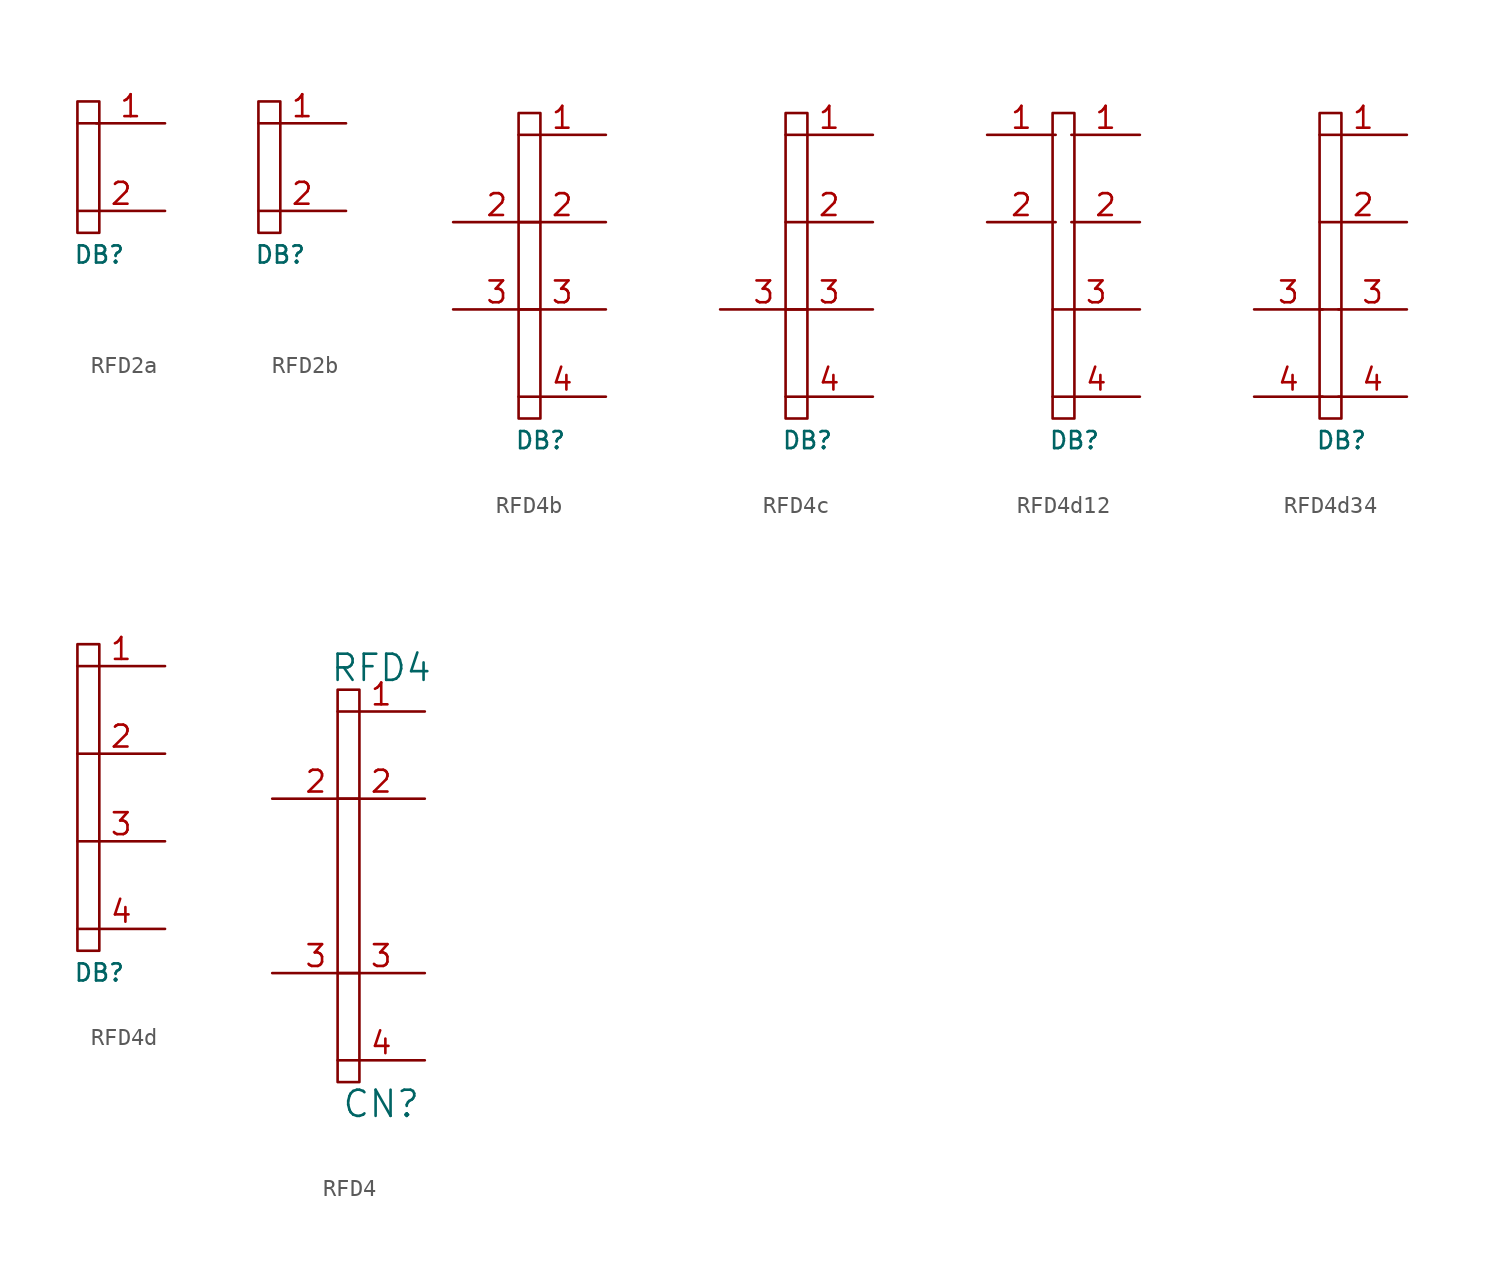
<source format=kicad_sym>
(kicad_symbol_lib
  (version 20210619)
  (generator kicad_symbol_editor)
  (symbol "hermeslite:RFD2a"
    (pin_names
      (offset 1.016))
    (property "Reference" "DB"
      (at -1.27 -5.08 0)
      (effects (font (size 0.991 0.991))))
    (property "Footprint" ""
      (at 0 -8.89 0)
      (effects (font (size 1.524 1.524))))
    (property "Datasheet" ""
      (at 0 -8.89 0)
      (effects (font (size 1.524 1.524))))
    (symbol "RFD2a_0_1"
      (rectangle (start -2.54 3.81) (end -1.27 -3.81) (stroke (width 0)) (fill (type none)))
      (polyline (pts (xy -2.54 2.54) (xy -1.27 2.54)) (stroke (width 0)) (fill (type none))))
    (symbol "RFD2a_1_1"
      (pin input line (at 2.54 2.54 180) (length 3.988) (name "~" (effects (font (size 1.27 1.27)))) (number "1" (effects (font (size 1.27 1.27)))))
      (pin input line (at 2.54 -2.54 180) (length 5.08) (name "~" (effects (font (size 1.27 1.27)))) (number "2" (effects (font (size 1.27 1.27)))))))
  (symbol "hermeslite:RFD2b"
    (pin_names
      (offset 1.016))
    (property "Reference" "DB"
      (at -1.27 -5.08 0)
      (effects (font (size 0.991 0.991))))
    (property "Footprint" ""
      (at 0 -8.89 0)
      (effects (font (size 1.524 1.524))))
    (property "Datasheet" ""
      (at 0 -8.89 0)
      (effects (font (size 1.524 1.524))))
    (symbol "RFD2b_0_1"
      (rectangle (start -2.54 3.81) (end -1.27 -3.81) (stroke (width 0)) (fill (type none))))
    (symbol "RFD2b_1_1"
      (pin input line (at 2.54 2.54 180) (length 5.08) (name "~" (effects (font (size 1.27 1.27)))) (number "1" (effects (font (size 1.27 1.27)))))
      (pin input line (at 2.54 -2.54 180) (length 5.08) (name "~" (effects (font (size 1.27 1.27)))) (number "2" (effects (font (size 1.27 1.27)))))))
  (symbol "hermeslite:RFD4b"
    (pin_names
      (offset 1.016))
    (property "Reference" "DB"
      (at -1.27 -10.16 0)
      (effects (font (size 0.991 0.991))))
    (property "Footprint" ""
      (at 0 -8.89 0)
      (effects (font (size 1.524 1.524))))
    (property "Datasheet" ""
      (at 0 -8.89 0)
      (effects (font (size 1.524 1.524))))
    (symbol "RFD4b_0_1"
      (rectangle (start -2.54 8.89) (end -1.27 -8.89) (stroke (width 0)) (fill (type none))))
    (symbol "RFD4b_1_1"
      (pin input line (at 2.54 7.62 180) (length 5.08) (name "~" (effects (font (size 1.27 1.27)))) (number "1" (effects (font (size 1.27 1.27)))))
      (pin input line (at -6.35 2.54 0) (length 5.08) (name "~" (effects (font (size 1.27 1.27)))) (number "2" (effects (font (size 1.27 1.27)))))
      (pin input line (at 2.54 2.54 180) (length 5.08) (name "~" (effects (font (size 1.27 1.27)))) (number "2" (effects (font (size 1.27 1.27)))))
      (pin input line (at -6.35 -2.54 0) (length 5.08) (name "~" (effects (font (size 1.27 1.27)))) (number "3" (effects (font (size 1.27 1.27)))))
      (pin input line (at 2.54 -2.54 180) (length 5.08) (name "~" (effects (font (size 1.27 1.27)))) (number "3" (effects (font (size 1.27 1.27)))))
      (pin input line (at 2.54 -7.62 180) (length 5.08) (name "~" (effects (font (size 1.27 1.27)))) (number "4" (effects (font (size 1.27 1.27)))))))
  (symbol "hermeslite:RFD4c"
    (pin_names
      (offset 1.016))
    (property "Reference" "DB"
      (at -1.27 -10.16 0)
      (effects (font (size 0.991 0.991))))
    (property "Footprint" ""
      (at 0 -8.89 0)
      (effects (font (size 1.524 1.524))))
    (property "Datasheet" ""
      (at 0 -8.89 0)
      (effects (font (size 1.524 1.524))))
    (symbol "RFD4c_0_1"
      (rectangle (start -2.54 8.89) (end -1.27 -8.89) (stroke (width 0)) (fill (type none))))
    (symbol "RFD4c_1_1"
      (pin input line (at 2.54 7.62 180) (length 5.08) (name "~" (effects (font (size 1.27 1.27)))) (number "1" (effects (font (size 1.27 1.27)))))
      (pin input line (at 2.54 2.54 180) (length 5.08) (name "~" (effects (font (size 1.27 1.27)))) (number "2" (effects (font (size 1.27 1.27)))))
      (pin input line (at -6.35 -2.54 0) (length 5.08) (name "~" (effects (font (size 1.27 1.27)))) (number "3" (effects (font (size 1.27 1.27)))))
      (pin input line (at 2.54 -2.54 180) (length 5.08) (name "~" (effects (font (size 1.27 1.27)))) (number "3" (effects (font (size 1.27 1.27)))))
      (pin input line (at 2.54 -7.62 180) (length 5.08) (name "~" (effects (font (size 1.27 1.27)))) (number "4" (effects (font (size 1.27 1.27)))))))
  (symbol "hermeslite:RFD4d12"
    (pin_names
      (offset 1.016))
    (property "Reference" "DB"
      (at -1.27 -10.16 0)
      (effects (font (size 0.991 0.991))))
    (property "Footprint" ""
      (at 0 -8.89 0)
      (effects (font (size 1.524 1.524))))
    (property "Datasheet" ""
      (at 0 -8.89 0)
      (effects (font (size 1.524 1.524))))
    (symbol "RFD4d12_0_1"
      (rectangle (start -2.54 8.89) (end -1.27 -8.89) (stroke (width 0)) (fill (type none))))
    (symbol "RFD4d12_1_1"
      (pin input line (at -6.35 7.62 0) (length 3.988) (name "~" (effects (font (size 1.27 1.27)))) (number "1" (effects (font (size 1.27 1.27)))))
      (pin input line (at 2.54 7.62 180) (length 3.988) (name "~" (effects (font (size 1.27 1.27)))) (number "1" (effects (font (size 1.27 1.27)))))
      (pin input line (at -6.35 2.54 0) (length 3.988) (name "~" (effects (font (size 1.27 1.27)))) (number "2" (effects (font (size 1.27 1.27)))))
      (pin input line (at 2.54 2.54 180) (length 3.988) (name "~" (effects (font (size 1.27 1.27)))) (number "2" (effects (font (size 1.27 1.27)))))
      (pin input line (at 2.54 -2.54 180) (length 5.08) (name "~" (effects (font (size 1.27 1.27)))) (number "3" (effects (font (size 1.27 1.27)))))
      (pin input line (at 2.54 -7.62 180) (length 5.08) (name "~" (effects (font (size 1.27 1.27)))) (number "4" (effects (font (size 1.27 1.27)))))))
  (symbol "hermeslite:RFD4d34"
    (pin_names
      (offset 1.016))
    (property "Reference" "DB"
      (at -1.27 -10.16 0)
      (effects (font (size 0.991 0.991))))
    (property "Footprint" ""
      (at 0 -8.89 0)
      (effects (font (size 1.524 1.524))))
    (property "Datasheet" ""
      (at 0 -8.89 0)
      (effects (font (size 1.524 1.524))))
    (symbol "RFD4d34_0_1"
      (rectangle (start -2.54 8.89) (end -1.27 -8.89) (stroke (width 0)) (fill (type none)))
      (polyline (pts (xy -2.54 -7.62) (xy -1.27 -7.62)) (stroke (width 0)) (fill (type none)))
      (polyline (pts (xy -2.54 -2.54) (xy -1.27 -2.54)) (stroke (width 0)) (fill (type none))))
    (symbol "RFD4d34_1_1"
      (pin input line (at 2.54 7.62 180) (length 5.08) (name "~" (effects (font (size 1.27 1.27)))) (number "1" (effects (font (size 1.27 1.27)))))
      (pin input line (at 2.54 2.54 180) (length 5.08) (name "~" (effects (font (size 1.27 1.27)))) (number "2" (effects (font (size 1.27 1.27)))))
      (pin bidirectional line (at -6.35 -2.54 0) (length 3.988) (name "~" (effects (font (size 1.27 1.27)))) (number "3" (effects (font (size 1.27 1.27)))))
      (pin bidirectional line (at 2.54 -2.54 180) (length 3.988) (name "~" (effects (font (size 1.27 1.27)))) (number "3" (effects (font (size 1.27 1.27)))))
      (pin bidirectional line (at -6.35 -7.62 0) (length 3.988) (name "~" (effects (font (size 1.27 1.27)))) (number "4" (effects (font (size 1.27 1.27)))))
      (pin bidirectional line (at 2.54 -7.62 180) (length 3.988) (name "~" (effects (font (size 1.27 1.27)))) (number "4" (effects (font (size 1.27 1.27)))))))
  (symbol "hermeslite:RFD4d"
    (pin_names
      (offset 1.016))
    (property "Reference" "DB"
      (at -1.27 -10.16 0)
      (effects (font (size 0.991 0.991))))
    (property "Footprint" ""
      (at 0 -8.89 0)
      (effects (font (size 1.524 1.524))))
    (property "Datasheet" ""
      (at 0 -8.89 0)
      (effects (font (size 1.524 1.524))))
    (symbol "RFD4d_0_1"
      (rectangle (start -2.54 8.89) (end -1.27 -8.89) (stroke (width 0)) (fill (type none))))
    (symbol "RFD4d_1_1"
      (pin input line (at 2.54 7.62 180) (length 5.08) (name "~" (effects (font (size 1.27 1.27)))) (number "1" (effects (font (size 1.27 1.27)))))
      (pin input line (at 2.54 2.54 180) (length 5.08) (name "~" (effects (font (size 1.27 1.27)))) (number "2" (effects (font (size 1.27 1.27)))))
      (pin input line (at 2.54 -2.54 180) (length 5.08) (name "~" (effects (font (size 1.27 1.27)))) (number "3" (effects (font (size 1.27 1.27)))))
      (pin input line (at 2.54 -7.62 180) (length 5.08) (name "~" (effects (font (size 1.27 1.27)))) (number "4" (effects (font (size 1.27 1.27)))))))
  (symbol "hermeslite:RFD4"
    (pin_names
      (offset 1.016))
    (property "Reference" "CN"
      (at 0 -12.7 0)
      (effects (font (size 1.524 1.524))))
    (property "Value" "RFD4"
      (at 0 12.7 0)
      (effects (font (size 1.524 1.524))))
    (property "Footprint" ""
      (at 0 -8.89 0)
      (effects (font (size 1.524 1.524))))
    (property "Datasheet" ""
      (at 0 -8.89 0)
      (effects (font (size 1.524 1.524))))
    (symbol "RFD4_0_1"
      (rectangle (start -2.54 11.43) (end -1.27 -11.43) (stroke (width 0)) (fill (type none))))
    (symbol "RFD4_1_1"
      (pin input line (at 2.54 10.16 180) (length 5.08) (name "~" (effects (font (size 1.27 1.27)))) (number "1" (effects (font (size 1.27 1.27)))))
      (pin input line (at -6.35 5.08 0) (length 5.08) (name "~" (effects (font (size 1.27 1.27)))) (number "2" (effects (font (size 1.27 1.27)))))
      (pin input line (at 2.54 5.08 180) (length 5.08) (name "~" (effects (font (size 1.27 1.27)))) (number "2" (effects (font (size 1.27 1.27)))))
      (pin input line (at -6.35 -5.08 0) (length 5.08) (name "~" (effects (font (size 1.27 1.27)))) (number "3" (effects (font (size 1.27 1.27)))))
      (pin input line (at 2.54 -5.08 180) (length 5.08) (name "~" (effects (font (size 1.27 1.27)))) (number "3" (effects (font (size 1.27 1.27)))))
      (pin input line (at 2.54 -10.16 180) (length 5.08) (name "~" (effects (font (size 1.27 1.27)))) (number "4" (effects (font (size 1.27 1.27))))))))
</source>
